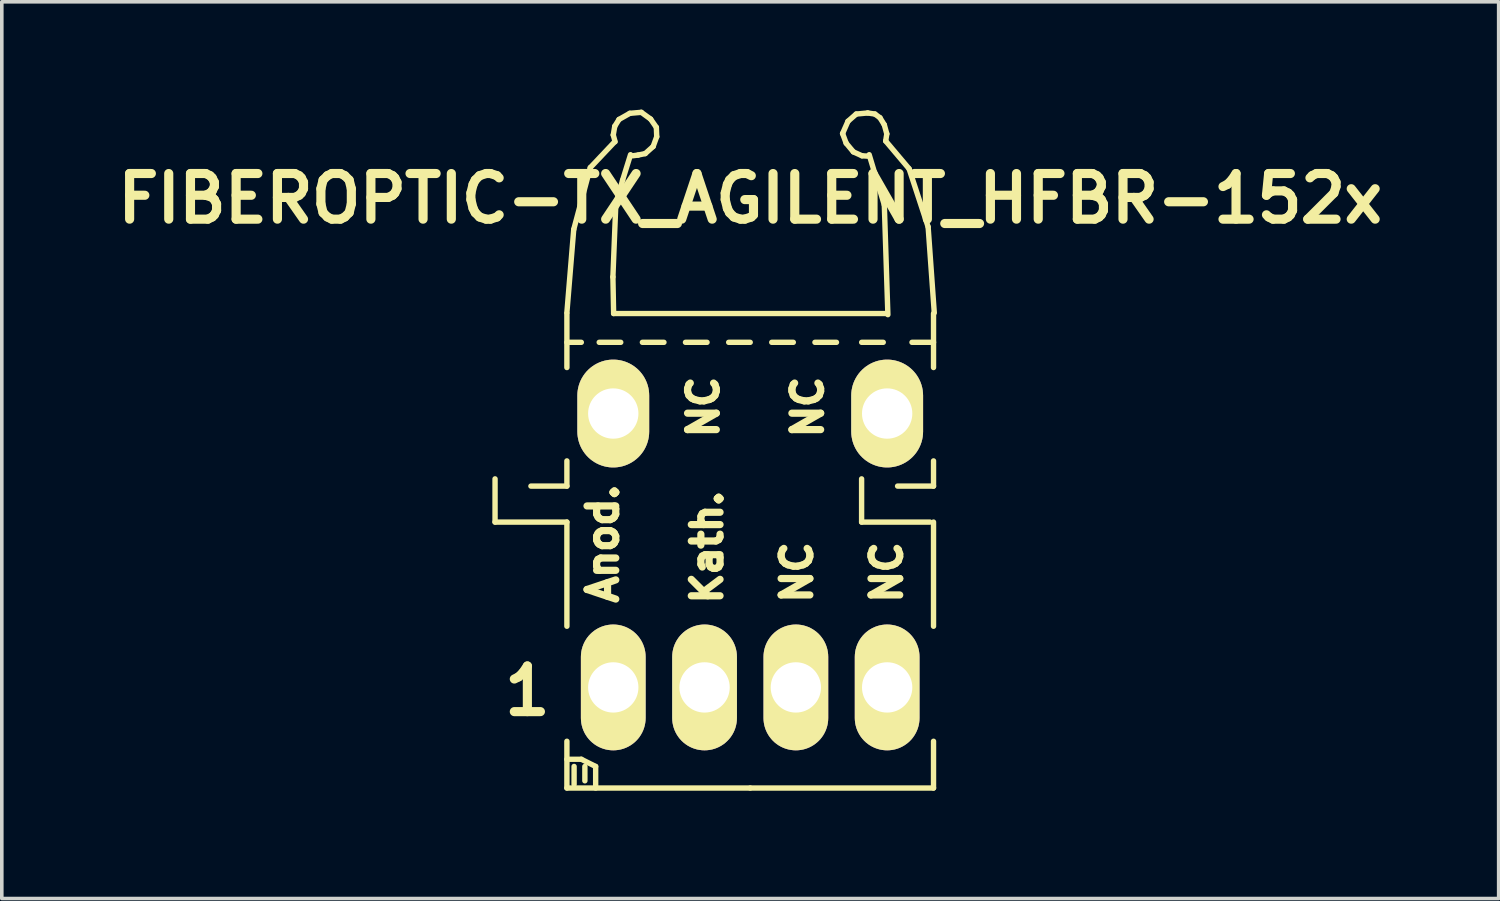
<source format=kicad_pcb>
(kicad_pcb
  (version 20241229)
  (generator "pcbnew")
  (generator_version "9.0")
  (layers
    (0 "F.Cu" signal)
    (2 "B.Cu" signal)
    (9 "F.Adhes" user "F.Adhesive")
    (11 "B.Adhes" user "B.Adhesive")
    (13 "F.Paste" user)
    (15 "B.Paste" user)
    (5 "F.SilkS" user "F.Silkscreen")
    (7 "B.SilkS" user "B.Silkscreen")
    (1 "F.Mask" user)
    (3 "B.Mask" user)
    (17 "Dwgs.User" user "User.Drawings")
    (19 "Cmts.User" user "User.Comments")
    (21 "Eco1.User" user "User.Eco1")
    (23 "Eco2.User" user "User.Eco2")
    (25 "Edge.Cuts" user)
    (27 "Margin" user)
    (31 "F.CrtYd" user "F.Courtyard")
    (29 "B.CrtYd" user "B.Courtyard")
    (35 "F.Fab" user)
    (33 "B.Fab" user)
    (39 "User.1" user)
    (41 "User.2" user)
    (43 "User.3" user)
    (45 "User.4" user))
  (footprint "FIBEROPTIC-TX_AGILENT_HFBR-152x"
    (layer "F.Cu")
    (at 17.822 10.474)
    (property "Reference" "FIBEROPTIC-TX_AGILENT_HFBR-152x" (at 0 -8.001 0) (layer "F.SilkS") (effects (font (size 1.27 1.27) (thickness 0.254))))
    (attr through_hole)
    (fp_line (start -7.099 1.001) (end -7.099 -0.201) (stroke (width 0.15) (type solid)) (layer "F.SilkS"))
    (fp_line (start -6.101 0) (end -5.1 0) (stroke (width 0.15) (type solid)) (layer "F.SilkS"))
    (fp_line (start -5.1 -4.831) (end -4.91 -7.14) (stroke (width 0.15) (type solid)) (layer "F.SilkS"))
    (fp_line (start -5.1 -4.801) (end -5.1 -3.299) (stroke (width 0.15) (type solid)) (layer "F.SilkS"))
    (fp_line (start -5.1 0) (end -5.1 -0.701) (stroke (width 0.15) (type solid)) (layer "F.SilkS"))
    (fp_line (start -5.1 1.001) (end -7.099 1.001) (stroke (width 0.15) (type solid)) (layer "F.SilkS"))
    (fp_line (start -5.1 1.001) (end -5.1 3.899) (stroke (width 0.15) (type solid)) (layer "F.SilkS"))
    (fp_line (start -5.1 7.6) (end -4.699 7.6) (stroke (width 0.15) (type solid)) (layer "F.SilkS"))
    (fp_line (start -5.1 8.4) (end -5.1 7.099) (stroke (width 0.15) (type solid)) (layer "F.SilkS"))
    (fp_line (start -4.91 -7.14) (end -4.45 -8.86) (stroke (width 0.15) (type solid)) (layer "F.SilkS"))
    (fp_line (start -4.9 7.8) (end -4.9 8.301) (stroke (width 0.15) (type solid)) (layer "F.SilkS"))
    (fp_line (start -4.699 -4) (end -5.1 -4) (stroke (width 0.15) (type solid)) (layer "F.SilkS"))
    (fp_line (start -4.699 7.6) (end -4.3 7.8) (stroke (width 0.15) (type solid)) (layer "F.SilkS"))
    (fp_line (start -4.6 7.8) (end -4.6 8.199) (stroke (width 0.15) (type solid)) (layer "F.SilkS"))
    (fp_line (start -4.45 -8.86) (end -3.769 -9.581) (stroke (width 0.15) (type solid)) (layer "F.SilkS"))
    (fp_line (start -4.3 7.8) (end -4.3 8.4) (stroke (width 0.15) (type solid)) (layer "F.SilkS"))
    (fp_line (start -3.82 -5.819) (end -3.739 -7.841) (stroke (width 0.15) (type solid)) (layer "F.SilkS"))
    (fp_line (start -3.81 -9.769) (end -3.759 -9.581) (stroke (width 0.15) (type solid)) (layer "F.SilkS"))
    (fp_line (start -3.8 -4.801) (end -3.82 -5.819) (stroke (width 0.15) (type solid)) (layer "F.SilkS"))
    (fp_line (start -3.769 -10.01) (end -3.81 -9.769) (stroke (width 0.15) (type solid)) (layer "F.SilkS"))
    (fp_line (start -3.739 -7.841) (end -3.551 -8.509) (stroke (width 0.15) (type solid)) (layer "F.SilkS"))
    (fp_line (start -3.65 -10.201) (end -3.769 -10.01) (stroke (width 0.15) (type solid)) (layer "F.SilkS"))
    (fp_line (start -3.602 -4) (end -4.201 -4) (stroke (width 0.15) (type solid)) (layer "F.SilkS"))
    (fp_line (start -3.551 -8.509) (end -3.33 -9.22) (stroke (width 0.15) (type solid)) (layer "F.SilkS"))
    (fp_line (start -3.35 -10.371) (end -3.65 -10.201) (stroke (width 0.15) (type solid)) (layer "F.SilkS"))
    (fp_line (start -3.269 -9.19) (end -3.119 -9.21) (stroke (width 0.15) (type solid)) (layer "F.SilkS"))
    (fp_line (start -3.119 -9.21) (end -2.921 -9.251) (stroke (width 0.15) (type solid)) (layer "F.SilkS"))
    (fp_line (start -3.03 -10.399) (end -3.35 -10.371) (stroke (width 0.15) (type solid)) (layer "F.SilkS"))
    (fp_line (start -2.921 -9.251) (end -2.7 -9.449) (stroke (width 0.15) (type solid)) (layer "F.SilkS"))
    (fp_line (start -2.771 -10.211) (end -3.03 -10.399) (stroke (width 0.15) (type solid)) (layer "F.SilkS"))
    (fp_line (start -2.7 -9.449) (end -2.601 -9.721) (stroke (width 0.15) (type solid)) (layer "F.SilkS"))
    (fp_line (start -2.611 -9.98) (end -2.771 -10.211) (stroke (width 0.15) (type solid)) (layer "F.SilkS"))
    (fp_line (start -2.601 -9.721) (end -2.611 -9.98) (stroke (width 0.15) (type solid)) (layer "F.SilkS"))
    (fp_line (start -2.4 -4) (end -3 -4) (stroke (width 0.15) (type solid)) (layer "F.SilkS"))
    (fp_line (start -1.201 -4) (end -1.801 -4) (stroke (width 0.15) (type solid)) (layer "F.SilkS"))
    (fp_line (start 0 -4) (end -0.599 -4) (stroke (width 0.15) (type solid)) (layer "F.SilkS"))
    (fp_line (start 0 8.4) (end -5.1 8.4) (stroke (width 0.15) (type solid)) (layer "F.SilkS"))
    (fp_line (start 0 8.4) (end 5.1 8.4) (stroke (width 0.15) (type solid)) (layer "F.SilkS"))
    (fp_line (start 1.199 -4) (end 0.599 -4) (stroke (width 0.15) (type solid)) (layer "F.SilkS"))
    (fp_line (start 2.4 -4) (end 1.801 -4) (stroke (width 0.15) (type solid)) (layer "F.SilkS"))
    (fp_line (start 2.57 -9.809) (end 2.67 -9.54) (stroke (width 0.15) (type solid)) (layer "F.SilkS"))
    (fp_line (start 2.67 -9.54) (end 2.87 -9.299) (stroke (width 0.15) (type solid)) (layer "F.SilkS"))
    (fp_line (start 2.72 -10.15) (end 2.57 -9.809) (stroke (width 0.15) (type solid)) (layer "F.SilkS"))
    (fp_line (start 2.87 -9.299) (end 3.109 -9.19) (stroke (width 0.15) (type solid)) (layer "F.SilkS"))
    (fp_line (start 2.949 -10.351) (end 2.72 -10.15) (stroke (width 0.15) (type solid)) (layer "F.SilkS"))
    (fp_line (start 3.099 1.001) (end 3.099 -0.201) (stroke (width 0.15) (type solid)) (layer "F.SilkS"))
    (fp_line (start 3.109 -9.19) (end 3.269 -9.18) (stroke (width 0.15) (type solid)) (layer "F.SilkS"))
    (fp_line (start 3.269 -10.381) (end 2.949 -10.351) (stroke (width 0.15) (type solid)) (layer "F.SilkS"))
    (fp_line (start 3.47 -10.351) (end 3.269 -10.381) (stroke (width 0.15) (type solid)) (layer "F.SilkS"))
    (fp_line (start 3.609 -10.249) (end 3.47 -10.351) (stroke (width 0.15) (type solid)) (layer "F.SilkS"))
    (fp_line (start 3.701 -4) (end 3.101 -4) (stroke (width 0.15) (type solid)) (layer "F.SilkS"))
    (fp_line (start 3.731 -10.051) (end 3.609 -10.249) (stroke (width 0.15) (type solid)) (layer "F.SilkS"))
    (fp_line (start 3.731 -7.821) (end 3.31 -9.22) (stroke (width 0.15) (type solid)) (layer "F.SilkS"))
    (fp_line (start 3.769 -9.601) (end 3.8 -9.799) (stroke (width 0.15) (type solid)) (layer "F.SilkS"))
    (fp_line (start 3.8 -9.799) (end 3.731 -10.051) (stroke (width 0.15) (type solid)) (layer "F.SilkS"))
    (fp_line (start 3.8 -4.801) (end -3.8 -4.801) (stroke (width 0.15) (type solid)) (layer "F.SilkS"))
    (fp_line (start 3.83 -4.77) (end 3.731 -7.821) (stroke (width 0.15) (type solid)) (layer "F.SilkS"))
    (fp_line (start 4.42 -8.829) (end 3.769 -9.601) (stroke (width 0.15) (type solid)) (layer "F.SilkS"))
    (fp_line (start 4.95 -7.211) (end 4.42 -8.829) (stroke (width 0.15) (type solid)) (layer "F.SilkS"))
    (fp_line (start 5.001 1.001) (end 3.099 1.001) (stroke (width 0.15) (type solid)) (layer "F.SilkS"))
    (fp_line (start 5.1 -4) (end 4.501 -4) (stroke (width 0.15) (type solid)) (layer "F.SilkS"))
    (fp_line (start 5.1 -3.299) (end 5.1 -4.801) (stroke (width 0.15) (type solid)) (layer "F.SilkS"))
    (fp_line (start 5.1 0) (end 4.1 0) (stroke (width 0.15) (type solid)) (layer "F.SilkS"))
    (fp_line (start 5.1 0) (end 5.1 -0.701) (stroke (width 0.15) (type solid)) (layer "F.SilkS"))
    (fp_line (start 5.1 3.899) (end 5.1 1.001) (stroke (width 0.15) (type solid)) (layer "F.SilkS"))
    (fp_line (start 5.1 8.4) (end 5.1 7.099) (stroke (width 0.15) (type solid)) (layer "F.SilkS"))
    (fp_line (start 5.121 -4.821) (end 4.95 -7.211) (stroke (width 0.15) (type solid)) (layer "F.SilkS"))
    (fp_text user "1" (at -6.2 5.7 0) (layer "F.SilkS") (effects (font (size 1.27 1.27) (thickness 0.254))))
    (fp_text user "NC" (at 1.3 2.4 90) (layer "F.SilkS") (effects (font (size 0.8 0.8) (thickness 0.201))))
    (fp_text user "NC" (at -1.303 -2.2 90) (layer "F.SilkS") (effects (font (size 0.8 0.8) (thickness 0.201))))
    (fp_text user "Anod." (at -4.1 1.6 90) (layer "F.SilkS") (effects (font (size 0.8 0.8) (thickness 0.201))))
    (fp_text user "NC" (at 3.8 2.4 90) (layer "F.SilkS") (effects (font (size 0.8 0.8) (thickness 0.201))))
    (fp_text user "Kath." (at -1.199 1.699 90) (layer "F.SilkS") (effects (font (size 0.8 0.8) (thickness 0.201))))
    (fp_text user "NC" (at 1.6 -2.2 90) (layer "F.SilkS") (effects (font (size 0.8 0.8) (thickness 0.201))))
    (pad "1" thru_hole oval (at -3.81 5.601) (size 1.801 3.5) (drill 1.4) (layers "*.Cu" "*.Mask" "F.SilkS"))
    (pad "2" thru_hole oval (at -1.27 5.601) (size 1.801 3.5) (drill 1.4) (layers "*.Cu" "*.Mask" "F.SilkS"))
    (pad "3" thru_hole oval (at 1.27 5.601) (size 1.801 3.5) (drill 1.4) (layers "*.Cu" "*.Mask" "F.SilkS"))
    (pad "4" thru_hole oval (at 3.81 5.601) (size 1.801 3.5) (drill 1.4) (layers "*.Cu" "*.Mask" "F.SilkS"))
    (pad "5" thru_hole oval (at 3.81 -2.019) (size 1.999 3) (drill 1.4) (layers "*.Cu" "*.Mask" "F.SilkS"))
    (pad "6" thru_hole oval (at -3.81 -2.019) (size 1.999 3) (drill 1.4) (layers "*.Cu" "*.Mask" "F.SilkS")))
  (gr_rect
    (start -3 -3)
    (end 38.645 21.949)
    (stroke (width 0.1) (type default))
    (fill no)
    (layer "Edge.Cuts")))
</source>
